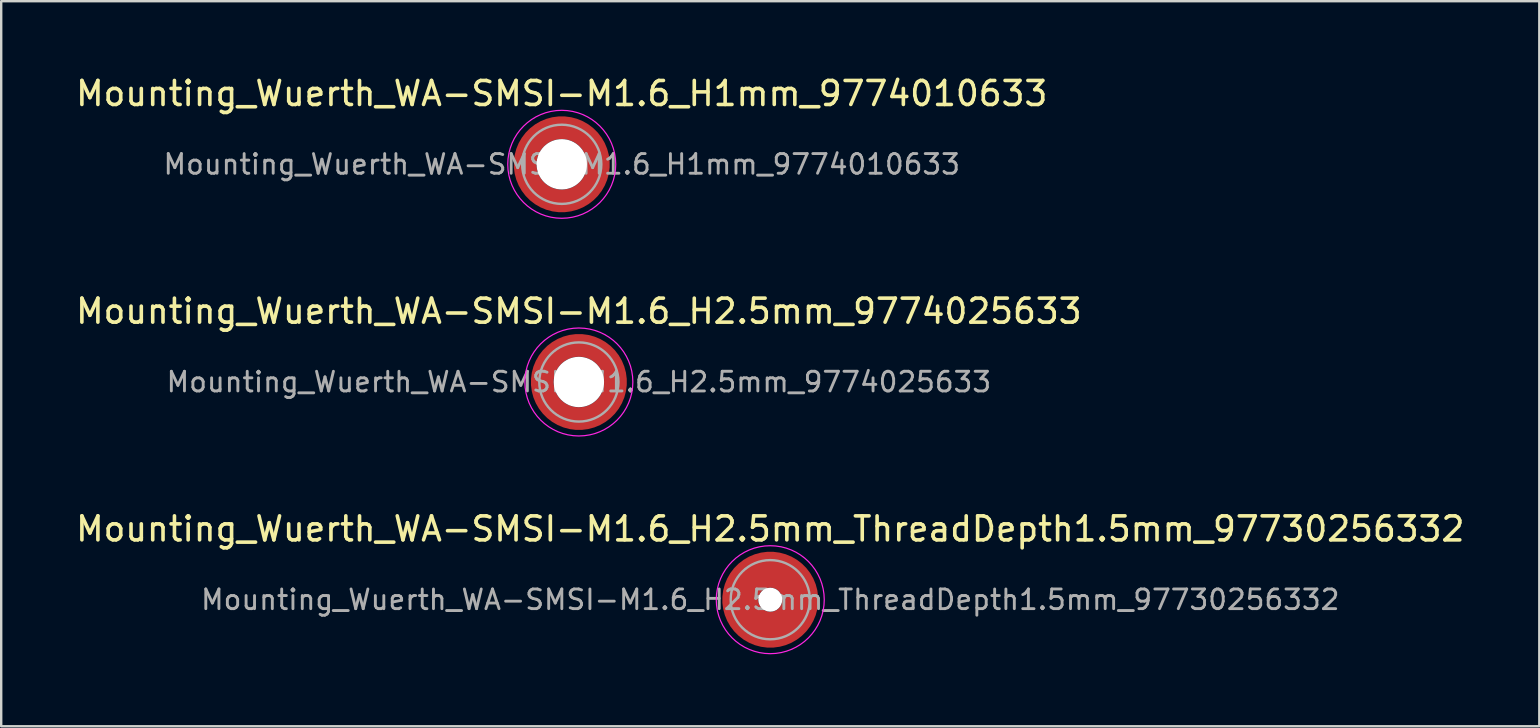
<source format=kicad_pcb>
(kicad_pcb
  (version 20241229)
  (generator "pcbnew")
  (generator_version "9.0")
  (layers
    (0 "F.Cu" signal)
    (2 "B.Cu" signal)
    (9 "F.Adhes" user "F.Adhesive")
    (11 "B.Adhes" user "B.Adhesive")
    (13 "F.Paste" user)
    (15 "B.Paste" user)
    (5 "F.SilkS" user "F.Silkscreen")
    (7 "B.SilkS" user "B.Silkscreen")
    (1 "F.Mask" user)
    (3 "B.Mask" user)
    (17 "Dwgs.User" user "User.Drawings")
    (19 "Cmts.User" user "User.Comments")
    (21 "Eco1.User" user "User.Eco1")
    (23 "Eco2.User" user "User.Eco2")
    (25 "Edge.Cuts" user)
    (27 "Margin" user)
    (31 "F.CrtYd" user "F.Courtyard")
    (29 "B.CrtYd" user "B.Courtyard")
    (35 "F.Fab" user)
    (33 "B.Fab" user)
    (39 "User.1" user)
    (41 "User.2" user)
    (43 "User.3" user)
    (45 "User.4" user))
  (footprint "Mounting_Wuerth_WA-SMSI-M1.6_H2.5mm_9774025633"
    (layer "F.Cu")
    (at 21.077 12.871)
    (property "Reference" "Mounting_Wuerth_WA-SMSI-M1.6_H2.5mm_9774025633" (at 0 -2.95 0) (layer "F.SilkS") (effects (font (size 1 1) (thickness 0.15))))
    (attr smd allow_soldermask_bridges)
    (fp_circle (center 0 0) (end 2.25 0) (stroke (width 0.05) (type solid)) (fill no) (layer "F.CrtYd"))
    (fp_circle (center 0 0) (end 1.65 0) (stroke (width 0.1) (type solid)) (fill no) (layer "F.Fab"))
    (fp_text user "${REFERENCE}" (at 0 0 0) (layer "F.Fab") (effects (font (size 0.82 0.82) (thickness 0.12))))
    (pad "" smd custom (at -1.061 -1.061) (size 0.4 0.4) (layers "F.Paste") (options (anchor circle)) (primitives (gr_arc (start -0.101235 0.76066) (mid 0.212132 0.212132) (end 0.76066 -0.101235) (width 0.2)) (gr_arc (start -0.204251 0.76066) (mid 0.141421 0.141421) (end 0.76066 -0.204251) (width 0.2)) (gr_arc (start -0.306819 0.76066) (mid 0.070711 0.070711) (end 0.76066 -0.306819) (width 0.2)) (gr_arc (start -0.409034 0.76066) (mid 0 0) (end 0.76066 -0.409034) (width 0.2)) (gr_arc (start -0.510963 0.76066) (mid -0.070711 -0.070711) (end 0.76066 -0.510963) (width 0.2)) (gr_arc (start -0.61266 0.76066) (mid -0.141421 -0.141421) (end 0.76066 -0.61266) (width 0.2)) (gr_arc (start -0.714164 0.76066) (mid -0.212132 -0.212132) (end 0.76066 -0.714164) (width 0.2)) (gr_line (start 0.761 -0.101) (end 0.761 -0.714) (width 0.2)) (gr_line (start -0.101 0.761) (end -0.714 0.761) (width 0.2))))
    (pad "" smd custom (at -1.061 1.061) (size 0.4 0.4) (layers "F.Paste") (options (anchor circle)) (primitives (gr_arc (start 0.76066 0.101235) (mid 0.212132 -0.212132) (end -0.101235 -0.76066) (width 0.2)) (gr_arc (start 0.76066 0.204251) (mid 0.141421 -0.141421) (end -0.204251 -0.76066) (width 0.2)) (gr_arc (start 0.76066 0.306819) (mid 0.070711 -0.070711) (end -0.306819 -0.76066) (width 0.2)) (gr_arc (start 0.76066 0.409034) (mid 0 0) (end -0.409034 -0.76066) (width 0.2)) (gr_arc (start 0.76066 0.510963) (mid -0.070711 0.070711) (end -0.510963 -0.76066) (width 0.2)) (gr_arc (start 0.76066 0.61266) (mid -0.141421 0.141421) (end -0.61266 -0.76066) (width 0.2)) (gr_arc (start 0.76066 0.714164) (mid -0.212132 0.212132) (end -0.714164 -0.76066) (width 0.2)) (gr_line (start -0.101 -0.761) (end -0.714 -0.761) (width 0.2)) (gr_line (start 0.761 0.101) (end 0.761 0.714) (width 0.2))))
    (pad "" np_thru_hole circle (at 0 0) (size 2.1 2.1) (drill 2.1) (layers "*.Cu" "*.Mask"))
    (pad "" smd custom (at 1.061 -1.061) (size 0.4 0.4) (layers "F.Paste") (options (anchor circle)) (primitives (gr_arc (start -0.76066 -0.101235) (mid -0.212132 0.212132) (end 0.101235 0.76066) (width 0.2)) (gr_arc (start -0.76066 -0.204251) (mid -0.141421 0.141421) (end 0.204251 0.76066) (width 0.2)) (gr_arc (start -0.76066 -0.306819) (mid -0.070711 0.070711) (end 0.306819 0.76066) (width 0.2)) (gr_arc (start -0.76066 -0.409034) (mid 0 0) (end 0.409034 0.76066) (width 0.2)) (gr_arc (start -0.76066 -0.510963) (mid 0.070711 -0.070711) (end 0.510963 0.76066) (width 0.2)) (gr_arc (start -0.76066 -0.61266) (mid 0.141421 -0.141421) (end 0.61266 0.76066) (width 0.2)) (gr_arc (start -0.76066 -0.714164) (mid 0.212132 -0.212132) (end 0.714164 0.76066) (width 0.2)) (gr_line (start 0.101 0.761) (end 0.714 0.761) (width 0.2)) (gr_line (start -0.761 -0.101) (end -0.761 -0.714) (width 0.2))))
    (pad "" smd custom (at 1.061 1.061) (size 0.4 0.4) (layers "F.Paste") (options (anchor circle)) (primitives (gr_arc (start 0.101235 -0.76066) (mid -0.212132 -0.212132) (end -0.76066 0.101235) (width 0.2)) (gr_arc (start 0.204251 -0.76066) (mid -0.141421 -0.141421) (end -0.76066 0.204251) (width 0.2)) (gr_arc (start 0.306819 -0.76066) (mid -0.070711 -0.070711) (end -0.76066 0.306819) (width 0.2)) (gr_arc (start 0.409034 -0.76066) (mid 0 0) (end -0.76066 0.409034) (width 0.2)) (gr_arc (start 0.510963 -0.76066) (mid 0.070711 0.070711) (end -0.76066 0.510963) (width 0.2)) (gr_arc (start 0.61266 -0.76066) (mid 0.141421 0.141421) (end -0.76066 0.61266) (width 0.2)) (gr_arc (start 0.714164 -0.76066) (mid 0.212132 0.212132) (end -0.76066 0.714164) (width 0.2)) (gr_line (start -0.761 0.101) (end -0.761 0.714) (width 0.2)) (gr_line (start 0.101 -0.761) (end 0.714 -0.761) (width 0.2))))
    (pad "1" smd circle (at -1.525 0) (size 0.442 0.442) (layers "F.Cu"))
    (pad "1" smd circle (at 0 -1.525) (size 0.442 0.442) (layers "F.Cu"))
    (pad "1" smd circle (at 0 1.525) (size 0.442 0.442) (layers "F.Cu"))
    (pad "1" smd custom (at 1.525 0) (size 0.95 0.95) (layers "F.Cu" "F.Mask") (options (anchor circle)) (primitives (gr_circle (center -1.525 0) (end 0 0) (width 0.95) (fill no)))))
  (footprint "Mounting_Wuerth_WA-SMSI-M1.6_H1mm_9774010633"
    (layer "F.Cu")
    (at 20.363 3.798)
    (property "Reference" "Mounting_Wuerth_WA-SMSI-M1.6_H1mm_9774010633" (at 0 -2.95 0) (layer "F.SilkS") (effects (font (size 1 1) (thickness 0.15))))
    (attr smd allow_soldermask_bridges)
    (fp_circle (center 0 0) (end 2.25 0) (stroke (width 0.05) (type solid)) (fill no) (layer "F.CrtYd"))
    (fp_circle (center 0 0) (end 1.65 0) (stroke (width 0.1) (type solid)) (fill no) (layer "F.Fab"))
    (fp_text user "${REFERENCE}" (at 0 0 0) (layer "F.Fab") (effects (font (size 0.82 0.82) (thickness 0.12))))
    (pad "" smd custom (at -1.061 -1.061) (size 0.4 0.4) (layers "F.Paste") (options (anchor circle)) (primitives (gr_arc (start -0.101235 0.76066) (mid 0.212132 0.212132) (end 0.76066 -0.101235) (width 0.2)) (gr_arc (start -0.204251 0.76066) (mid 0.141421 0.141421) (end 0.76066 -0.204251) (width 0.2)) (gr_arc (start -0.306819 0.76066) (mid 0.070711 0.070711) (end 0.76066 -0.306819) (width 0.2)) (gr_arc (start -0.409034 0.76066) (mid 0 0) (end 0.76066 -0.409034) (width 0.2)) (gr_arc (start -0.510963 0.76066) (mid -0.070711 -0.070711) (end 0.76066 -0.510963) (width 0.2)) (gr_arc (start -0.61266 0.76066) (mid -0.141421 -0.141421) (end 0.76066 -0.61266) (width 0.2)) (gr_arc (start -0.714164 0.76066) (mid -0.212132 -0.212132) (end 0.76066 -0.714164) (width 0.2)) (gr_line (start 0.761 -0.101) (end 0.761 -0.714) (width 0.2)) (gr_line (start -0.101 0.761) (end -0.714 0.761) (width 0.2))))
    (pad "" smd custom (at -1.061 1.061) (size 0.4 0.4) (layers "F.Paste") (options (anchor circle)) (primitives (gr_arc (start 0.76066 0.101235) (mid 0.212132 -0.212132) (end -0.101235 -0.76066) (width 0.2)) (gr_arc (start 0.76066 0.204251) (mid 0.141421 -0.141421) (end -0.204251 -0.76066) (width 0.2)) (gr_arc (start 0.76066 0.306819) (mid 0.070711 -0.070711) (end -0.306819 -0.76066) (width 0.2)) (gr_arc (start 0.76066 0.409034) (mid 0 0) (end -0.409034 -0.76066) (width 0.2)) (gr_arc (start 0.76066 0.510963) (mid -0.070711 0.070711) (end -0.510963 -0.76066) (width 0.2)) (gr_arc (start 0.76066 0.61266) (mid -0.141421 0.141421) (end -0.61266 -0.76066) (width 0.2)) (gr_arc (start 0.76066 0.714164) (mid -0.212132 0.212132) (end -0.714164 -0.76066) (width 0.2)) (gr_line (start -0.101 -0.761) (end -0.714 -0.761) (width 0.2)) (gr_line (start 0.761 0.101) (end 0.761 0.714) (width 0.2))))
    (pad "" np_thru_hole circle (at 0 0) (size 2.1 2.1) (drill 2.1) (layers "*.Cu" "*.Mask"))
    (pad "" smd custom (at 1.061 -1.061) (size 0.4 0.4) (layers "F.Paste") (options (anchor circle)) (primitives (gr_arc (start -0.76066 -0.101235) (mid -0.212132 0.212132) (end 0.101235 0.76066) (width 0.2)) (gr_arc (start -0.76066 -0.204251) (mid -0.141421 0.141421) (end 0.204251 0.76066) (width 0.2)) (gr_arc (start -0.76066 -0.306819) (mid -0.070711 0.070711) (end 0.306819 0.76066) (width 0.2)) (gr_arc (start -0.76066 -0.409034) (mid 0 0) (end 0.409034 0.76066) (width 0.2)) (gr_arc (start -0.76066 -0.510963) (mid 0.070711 -0.070711) (end 0.510963 0.76066) (width 0.2)) (gr_arc (start -0.76066 -0.61266) (mid 0.141421 -0.141421) (end 0.61266 0.76066) (width 0.2)) (gr_arc (start -0.76066 -0.714164) (mid 0.212132 -0.212132) (end 0.714164 0.76066) (width 0.2)) (gr_line (start 0.101 0.761) (end 0.714 0.761) (width 0.2)) (gr_line (start -0.761 -0.101) (end -0.761 -0.714) (width 0.2))))
    (pad "" smd custom (at 1.061 1.061) (size 0.4 0.4) (layers "F.Paste") (options (anchor circle)) (primitives (gr_arc (start 0.101235 -0.76066) (mid -0.212132 -0.212132) (end -0.76066 0.101235) (width 0.2)) (gr_arc (start 0.204251 -0.76066) (mid -0.141421 -0.141421) (end -0.76066 0.204251) (width 0.2)) (gr_arc (start 0.306819 -0.76066) (mid -0.070711 -0.070711) (end -0.76066 0.306819) (width 0.2)) (gr_arc (start 0.409034 -0.76066) (mid 0 0) (end -0.76066 0.409034) (width 0.2)) (gr_arc (start 0.510963 -0.76066) (mid 0.070711 0.070711) (end -0.76066 0.510963) (width 0.2)) (gr_arc (start 0.61266 -0.76066) (mid 0.141421 0.141421) (end -0.76066 0.61266) (width 0.2)) (gr_arc (start 0.714164 -0.76066) (mid 0.212132 0.212132) (end -0.76066 0.714164) (width 0.2)) (gr_line (start -0.761 0.101) (end -0.761 0.714) (width 0.2)) (gr_line (start 0.101 -0.761) (end 0.714 -0.761) (width 0.2))))
    (pad "1" smd circle (at -1.525 0) (size 0.442 0.442) (layers "F.Cu"))
    (pad "1" smd circle (at 0 -1.525) (size 0.442 0.442) (layers "F.Cu"))
    (pad "1" smd circle (at 0 1.525) (size 0.442 0.442) (layers "F.Cu"))
    (pad "1" smd custom (at 1.525 0) (size 0.95 0.95) (layers "F.Cu" "F.Mask") (options (anchor circle)) (primitives (gr_circle (center -1.525 0) (end 0 0) (width 0.95) (fill no)))))
  (footprint "Mounting_Wuerth_WA-SMSI-M1.6_H2.5mm_ThreadDepth1.5mm_97730256332"
    (layer "F.Cu")
    (at 29.054 21.945)
    (property "Reference" "Mounting_Wuerth_WA-SMSI-M1.6_H2.5mm_ThreadDepth1.5mm_97730256332" (at 0 -2.95 0) (layer "F.SilkS") (effects (font (size 1 1) (thickness 0.15))))
    (attr smd allow_soldermask_bridges)
    (fp_circle (center 0 0) (end 2.25 0) (stroke (width 0.05) (type solid)) (fill no) (layer "F.CrtYd"))
    (fp_circle (center 0 0) (end 1.65 0) (stroke (width 0.1) (type solid)) (fill no) (layer "F.Fab"))
    (fp_text user "${REFERENCE}" (at 0 0 0) (layer "F.Fab") (effects (font (size 0.82 0.82) (thickness 0.12))))
    (pad "" smd custom (at 0 -1.25) (size 0.65 0.65) (layers "F.Paste") (options (anchor circle)) (primitives (gr_arc (start -0.259808 0.6) (mid 0.392514 0.670403) (end 0.7 1.25) (width 0.2)) (gr_arc (start -0.466369 0.6) (mid 0.365311 0.538278) (end 0.8 1.25) (width 0.2)) (gr_arc (start -0.622495 0.6) (mid 0.35338 0.422279) (end 0.9 1.25) (width 0.2)) (gr_arc (start -0.759934 0.6) (mid 0.346458 0.311934) (end 1 1.25) (width 0.2)) (gr_arc (start -0.887412 0.6) (mid 0.341941 0.204497) (end 1.1 1.25) (width 0.2)) (gr_arc (start -1.008712 0.6) (mid 0.338781 0.098815) (end 1.2 1.25) (width 0.2)) (gr_arc (start -1.125833 0.6) (mid 0.336465 -0.005704) (end 1.3 1.25) (width 0.2)) (gr_arc (start -1.23996 0.6) (mid 0.334706 -0.109401) (end 1.4 1.25) (width 0.2)) (gr_arc (start -1.351851 0.6) (mid 0.333335 -0.212494) (end 1.5 1.25) (width 0.2)) (gr_arc (start -1.462019 0.6) (mid 0.332242 -0.315125) (end 1.6 1.25) (width 0.2)) (gr_arc (start -1.570828 0.6) (mid 0.331355 -0.417394) (end 1.7 1.25) (width 0.2)) (gr_arc (start -1.678541 0.6) (mid 0.330625 -0.519375) (end 1.8 1.25) (width 0.2)) (gr_line (start 0.7 1.25) (end 1.8 1.25) (width 0.2)) (gr_line (start -0.26 0.6) (end -1.679 0.6) (width 0.2))))
    (pad "" np_thru_hole circle (at 0 0) (size 1 1) (drill 1) (layers "*.Cu" "*.Mask"))
    (pad "" smd custom (at 0 1.25) (size 0.65 0.65) (layers "F.Paste") (options (anchor circle)) (primitives (gr_arc (start 0.259808 -0.6) (mid -0.392514 -0.670403) (end -0.7 -1.25) (width 0.2)) (gr_arc (start 0.466369 -0.6) (mid -0.365311 -0.538278) (end -0.8 -1.25) (width 0.2)) (gr_arc (start 0.622495 -0.6) (mid -0.35338 -0.422279) (end -0.9 -1.25) (width 0.2)) (gr_arc (start 0.759934 -0.6) (mid -0.346458 -0.311934) (end -1 -1.25) (width 0.2)) (gr_arc (start 0.887412 -0.6) (mid -0.341941 -0.204497) (end -1.1 -1.25) (width 0.2)) (gr_arc (start 1.008712 -0.6) (mid -0.338781 -0.098815) (end -1.2 -1.25) (width 0.2)) (gr_arc (start 1.125833 -0.6) (mid -0.336465 0.005704) (end -1.3 -1.25) (width 0.2)) (gr_arc (start 1.23996 -0.6) (mid -0.334706 0.109401) (end -1.4 -1.25) (width 0.2)) (gr_arc (start 1.351851 -0.6) (mid -0.333335 0.212494) (end -1.5 -1.25) (width 0.2)) (gr_arc (start 1.462019 -0.6) (mid -0.332242 0.315125) (end -1.6 -1.25) (width 0.2)) (gr_arc (start 1.570828 -0.6) (mid -0.331355 0.417394) (end -1.7 -1.25) (width 0.2)) (gr_arc (start 1.678541 -0.6) (mid -0.330625 0.519375) (end -1.8 -1.25) (width 0.2)) (gr_line (start -0.7 -1.25) (end -1.8 -1.25) (width 0.2)) (gr_line (start 0.26 -0.6) (end 1.679 -0.6) (width 0.2))))
    (pad "1" smd circle (at -1.25 0) (size 0.992 0.992) (layers "F.Cu"))
    (pad "1" smd circle (at 0 -1.25) (size 0.992 0.992) (layers "F.Cu"))
    (pad "1" smd circle (at 0 1.25) (size 0.992 0.992) (layers "F.Cu"))
    (pad "1" smd custom (at 1.25 0) (size 1.5 1.5) (layers "F.Cu" "F.Mask") (options (anchor circle)) (primitives (gr_circle (center -1.25 0) (end 0 0) (width 1.5) (fill no)))))
  (gr_rect
    (start -3 -3)
    (end 61.107 27.22)
    (stroke (width 0.1) (type default))
    (fill no)
    (layer "Edge.Cuts")))
</source>
